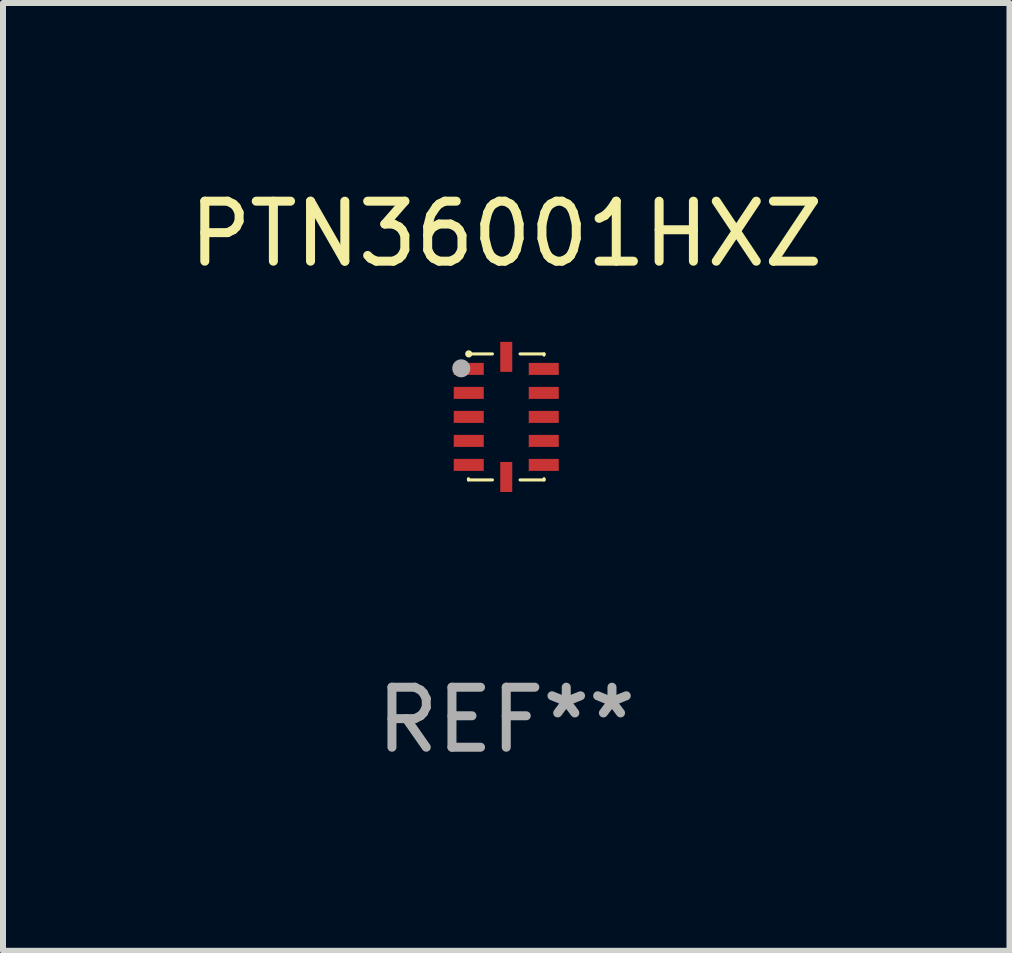
<source format=kicad_pcb>
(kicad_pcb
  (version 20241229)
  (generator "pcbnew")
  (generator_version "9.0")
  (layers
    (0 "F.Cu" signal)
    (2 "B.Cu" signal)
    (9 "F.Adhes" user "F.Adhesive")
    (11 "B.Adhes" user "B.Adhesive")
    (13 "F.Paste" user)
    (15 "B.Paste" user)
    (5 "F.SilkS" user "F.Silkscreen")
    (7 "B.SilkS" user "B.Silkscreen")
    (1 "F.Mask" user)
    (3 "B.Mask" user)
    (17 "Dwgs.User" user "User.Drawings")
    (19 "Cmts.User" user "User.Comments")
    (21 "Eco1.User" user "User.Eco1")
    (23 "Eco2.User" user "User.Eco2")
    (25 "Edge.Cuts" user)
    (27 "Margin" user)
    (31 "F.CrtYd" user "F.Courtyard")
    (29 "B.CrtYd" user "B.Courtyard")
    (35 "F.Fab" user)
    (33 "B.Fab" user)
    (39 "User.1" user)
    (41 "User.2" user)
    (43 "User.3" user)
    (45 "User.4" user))
  (footprint "PTN36001HXZ"
    (layer "F.Cu")
    (at 5.387 3.898)
    (property "Reference" "PTN36001HXZ" (at 0 -3.05 0) (layer "F.SilkS") (effects (font (size 1 1) (thickness 0.15))))
    (attr through_hole)
    (fp_line (start -0.63 -1.03) (end -0.63 -1.04) (stroke (width 0.051) (type solid)) (layer "F.SilkS"))
    (fp_line (start -0.63 1.05) (end -0.63 1.03) (stroke (width 0.051) (type solid)) (layer "F.SilkS"))
    (fp_line (start -0.62 -1.05) (end -0.23 -1.05) (stroke (width 0.051) (type solid)) (layer "F.SilkS"))
    (fp_line (start -0.62 -1.03) (end -0.62 -1.05) (stroke (width 0.051) (type solid)) (layer "F.SilkS"))
    (fp_line (start -0.23 1.05) (end -0.63 1.05) (stroke (width 0.051) (type solid)) (layer "F.SilkS"))
    (fp_line (start 0.23 -1.05) (end 0.63 -1.05) (stroke (width 0.051) (type solid)) (layer "F.SilkS"))
    (fp_line (start 0.63 -1.05) (end 0.63 -1.03) (stroke (width 0.051) (type solid)) (layer "F.SilkS"))
    (fp_line (start 0.63 1.03) (end 0.63 1.05) (stroke (width 0.051) (type solid)) (layer "F.SilkS"))
    (fp_line (start 0.63 1.05) (end 0.23 1.05) (stroke (width 0.051) (type solid)) (layer "F.SilkS"))
    (fp_circle (center -0.625 -1.05) (end -0.595 -1.05) (stroke (width 0.06) (type solid)) (fill no) (layer "F.SilkS"))
    (fp_circle (center -0.75 -0.81) (end -0.675 -0.81) (stroke (width 0.15) (type solid)) (fill no) (layer "F.Fab"))
    (fp_text user "REF**" (at 0 5.05 0) (layer "F.Fab") (effects (font (size 1 1) (thickness 0.15))))
    (pad "1" smd rect (at -0.625 -0.8) (size 0.5 0.2) (layers "F.Cu" "F.Mask" "F.Paste"))
    (pad "2" smd rect (at -0.625 -0.4) (size 0.5 0.2) (layers "F.Cu" "F.Mask" "F.Paste"))
    (pad "3" smd rect (at -0.625 -0.000013) (size 0.5 0.2) (layers "F.Cu" "F.Mask" "F.Paste"))
    (pad "4" smd rect (at -0.625 0.4) (size 0.5 0.2) (layers "F.Cu" "F.Mask" "F.Paste"))
    (pad "5" smd rect (at -0.625 0.8) (size 0.5 0.2) (layers "F.Cu" "F.Mask" "F.Paste"))
    (pad "6" smd rect (at 0 1.001 180) (size 0.2 0.5) (layers "F.Cu" "F.Mask" "F.Paste"))
    (pad "7" smd rect (at 0.625 0.8) (size 0.5 0.2) (layers "F.Cu" "F.Mask" "F.Paste"))
    (pad "8" smd rect (at 0.625 0.4) (size 0.5 0.2) (layers "F.Cu" "F.Mask" "F.Paste"))
    (pad "9" smd rect (at 0.625 -0.000013 180) (size 0.5 0.2) (layers "F.Cu" "F.Mask" "F.Paste"))
    (pad "10" smd rect (at 0.625 -0.4 180) (size 0.5 0.2) (layers "F.Cu" "F.Mask" "F.Paste"))
    (pad "11" smd rect (at 0.625 -0.8 180) (size 0.5 0.2) (layers "F.Cu" "F.Mask" "F.Paste"))
    (pad "12" smd rect (at 0 -1.001 180) (size 0.2 0.5) (layers "F.Cu" "F.Mask" "F.Paste")))
  (gr_rect
    (start -3 -3)
    (end 13.774 12.796)
    (stroke (width 0.1) (type default))
    (fill no)
    (layer "Edge.Cuts")))
</source>
